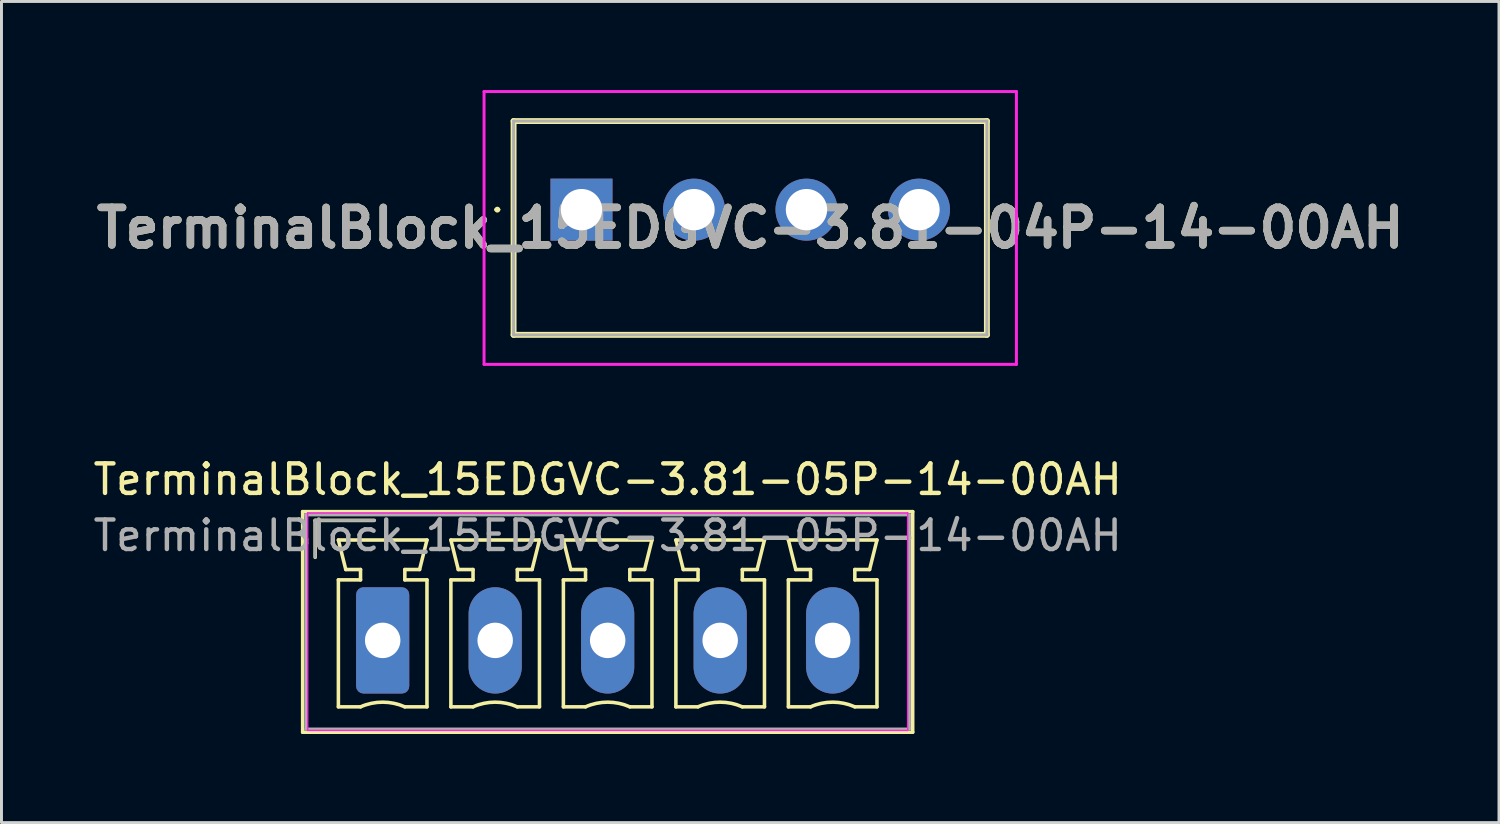
<source format=kicad_pcb>
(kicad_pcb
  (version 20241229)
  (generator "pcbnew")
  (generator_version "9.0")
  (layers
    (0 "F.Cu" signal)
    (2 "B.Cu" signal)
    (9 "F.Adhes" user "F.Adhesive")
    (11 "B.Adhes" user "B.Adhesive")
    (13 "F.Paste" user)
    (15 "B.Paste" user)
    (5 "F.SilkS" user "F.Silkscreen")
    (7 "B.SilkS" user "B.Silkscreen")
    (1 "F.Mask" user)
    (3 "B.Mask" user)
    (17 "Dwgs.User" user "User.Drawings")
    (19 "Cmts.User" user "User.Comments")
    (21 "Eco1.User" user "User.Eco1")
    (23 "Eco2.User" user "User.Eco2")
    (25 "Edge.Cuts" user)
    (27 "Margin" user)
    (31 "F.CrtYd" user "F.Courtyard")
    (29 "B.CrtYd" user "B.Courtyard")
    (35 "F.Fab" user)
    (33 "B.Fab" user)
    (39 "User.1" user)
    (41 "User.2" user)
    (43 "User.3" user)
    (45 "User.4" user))
  (footprint "TerminalBlock_15EDGVC-3.81-04P-14-00AH"
    (layer "F.Cu")
    (at 16.643 4.05)
    (property "Reference" "TerminalBlock_15EDGVC-3.81-04P-14-00AH" (at 5.715 0.62 0) (layer "F.SilkS") (effects (font (size 1.27 1.27) (thickness 0.254))))
    (attr through_hole)
    (fp_line (start -2.9 0) (end -2.9 0) (stroke (width 0.1) (type solid)) (layer "F.SilkS"))
    (fp_line (start -2.8 0) (end -2.8 0) (stroke (width 0.1) (type solid)) (layer "F.SilkS"))
    (fp_line (start -2.3 -3) (end 13.73 -3) (stroke (width 0.2) (type solid)) (layer "F.SilkS"))
    (fp_line (start -2.3 4.24) (end -2.3 -3) (stroke (width 0.2) (type solid)) (layer "F.SilkS"))
    (fp_line (start 13.73 -3) (end 13.73 4.24) (stroke (width 0.2) (type solid)) (layer "F.SilkS"))
    (fp_line (start 13.73 4.24) (end -2.3 4.24) (stroke (width 0.2) (type solid)) (layer "F.SilkS"))
    (fp_arc (start -2.9 0) (mid -2.85 -0.05) (end -2.8 0) (stroke (width 0.1) (type solid)) (layer "F.SilkS"))
    (fp_arc (start -2.8 0) (mid -2.85 0.05) (end -2.9 0) (stroke (width 0.1) (type solid)) (layer "F.SilkS"))
    (fp_line (start -3.3 -4) (end 14.73 -4) (stroke (width 0.1) (type solid)) (layer "F.CrtYd"))
    (fp_line (start -3.3 5.24) (end -3.3 -4) (stroke (width 0.1) (type solid)) (layer "F.CrtYd"))
    (fp_line (start 14.73 -4) (end 14.73 5.24) (stroke (width 0.1) (type solid)) (layer "F.CrtYd"))
    (fp_line (start 14.73 5.24) (end -3.3 5.24) (stroke (width 0.1) (type solid)) (layer "F.CrtYd"))
    (fp_line (start -2.3 -3) (end 13.73 -3) (stroke (width 0.1) (type solid)) (layer "F.Fab"))
    (fp_line (start -2.3 4.24) (end -2.3 -3) (stroke (width 0.1) (type solid)) (layer "F.Fab"))
    (fp_line (start 13.73 -3) (end 13.73 4.24) (stroke (width 0.1) (type solid)) (layer "F.Fab"))
    (fp_line (start 13.73 4.24) (end -2.3 4.24) (stroke (width 0.1) (type solid)) (layer "F.Fab"))
    (fp_text user "${REFERENCE}" (at 5.715 0.62 0) (layer "F.Fab") (effects (font (size 1.27 1.27) (thickness 0.254))))
    (pad "1" thru_hole rect (at 0 0) (size 2.1 2.1) (drill 1.4) (layers "*.Cu" "*.Mask"))
    (pad "2" thru_hole circle (at 3.81 0) (size 2.1 2.1) (drill 1.4) (layers "*.Cu" "*.Mask"))
    (pad "3" thru_hole circle (at 7.62 0) (size 2.1 2.1) (drill 1.4) (layers "*.Cu" "*.Mask"))
    (pad "4" thru_hole circle (at 11.43 0) (size 2.1 2.1) (drill 1.4) (layers "*.Cu" "*.Mask")))
  (footprint "TerminalBlock_15EDGVC-3.81-05P-14-00AH"
    (layer "F.Cu")
    (at 9.91 18.638)
    (property "Reference" "TerminalBlock_15EDGVC-3.81-05P-14-00AH" (at 7.62 -5.45 0) (layer "F.SilkS") (effects (font (size 1 1) (thickness 0.15))))
    (attr through_hole)
    (fp_line (start -2.71 -4.36) (end -2.71 3.11) (stroke (width 0.12) (type solid)) (layer "F.SilkS"))
    (fp_line (start -2.71 3.11) (end 17.95 3.11) (stroke (width 0.12) (type solid)) (layer "F.SilkS"))
    (fp_line (start -2.286 -4.064) (end -0.286 -4.064) (stroke (width 0.12) (type solid)) (layer "F.SilkS"))
    (fp_line (start -2.286 -2.814) (end -2.286 -4.064) (stroke (width 0.12) (type solid)) (layer "F.SilkS"))
    (fp_line (start -1.5 -3.4) (end 1.5 -3.4) (stroke (width 0.12) (type solid)) (layer "F.SilkS"))
    (fp_line (start -1.5 -2.05) (end -0.75 -2.05) (stroke (width 0.12) (type solid)) (layer "F.SilkS"))
    (fp_line (start -1.5 2.25) (end -1.5 -2.05) (stroke (width 0.12) (type solid)) (layer "F.SilkS"))
    (fp_line (start -1.25 -2.4) (end -1.5 -3.4) (stroke (width 0.12) (type solid)) (layer "F.SilkS"))
    (fp_line (start -0.75 -2.4) (end -1.25 -2.4) (stroke (width 0.12) (type solid)) (layer "F.SilkS"))
    (fp_line (start -0.75 -2.05) (end -0.75 -2.4) (stroke (width 0.12) (type solid)) (layer "F.SilkS"))
    (fp_line (start -0.75 2.25) (end -1.5 2.25) (stroke (width 0.12) (type solid)) (layer "F.SilkS"))
    (fp_line (start 0.75 -2.4) (end 0.75 -2.05) (stroke (width 0.12) (type solid)) (layer "F.SilkS"))
    (fp_line (start 0.75 -2.05) (end 1.5 -2.05) (stroke (width 0.12) (type solid)) (layer "F.SilkS"))
    (fp_line (start 1.25 -2.4) (end 0.75 -2.4) (stroke (width 0.12) (type solid)) (layer "F.SilkS"))
    (fp_line (start 1.5 -3.4) (end 1.25 -2.4) (stroke (width 0.12) (type solid)) (layer "F.SilkS"))
    (fp_line (start 1.5 -2.05) (end 1.5 2.25) (stroke (width 0.12) (type solid)) (layer "F.SilkS"))
    (fp_line (start 1.5 2.25) (end 0.75 2.25) (stroke (width 0.12) (type solid)) (layer "F.SilkS"))
    (fp_line (start 2.31 -3.4) (end 5.31 -3.4) (stroke (width 0.12) (type solid)) (layer "F.SilkS"))
    (fp_line (start 2.31 -2.05) (end 3.06 -2.05) (stroke (width 0.12) (type solid)) (layer "F.SilkS"))
    (fp_line (start 2.31 2.25) (end 2.31 -2.05) (stroke (width 0.12) (type solid)) (layer "F.SilkS"))
    (fp_line (start 2.56 -2.4) (end 2.31 -3.4) (stroke (width 0.12) (type solid)) (layer "F.SilkS"))
    (fp_line (start 3.06 -2.4) (end 2.56 -2.4) (stroke (width 0.12) (type solid)) (layer "F.SilkS"))
    (fp_line (start 3.06 -2.05) (end 3.06 -2.4) (stroke (width 0.12) (type solid)) (layer "F.SilkS"))
    (fp_line (start 3.06 2.25) (end 2.31 2.25) (stroke (width 0.12) (type solid)) (layer "F.SilkS"))
    (fp_line (start 4.56 -2.4) (end 4.56 -2.05) (stroke (width 0.12) (type solid)) (layer "F.SilkS"))
    (fp_line (start 4.56 -2.05) (end 5.31 -2.05) (stroke (width 0.12) (type solid)) (layer "F.SilkS"))
    (fp_line (start 5.06 -2.4) (end 4.56 -2.4) (stroke (width 0.12) (type solid)) (layer "F.SilkS"))
    (fp_line (start 5.31 -3.4) (end 5.06 -2.4) (stroke (width 0.12) (type solid)) (layer "F.SilkS"))
    (fp_line (start 5.31 -2.05) (end 5.31 2.25) (stroke (width 0.12) (type solid)) (layer "F.SilkS"))
    (fp_line (start 5.31 2.25) (end 4.56 2.25) (stroke (width 0.12) (type solid)) (layer "F.SilkS"))
    (fp_line (start 6.12 -3.4) (end 9.12 -3.4) (stroke (width 0.12) (type solid)) (layer "F.SilkS"))
    (fp_line (start 6.12 -2.05) (end 6.87 -2.05) (stroke (width 0.12) (type solid)) (layer "F.SilkS"))
    (fp_line (start 6.12 2.25) (end 6.12 -2.05) (stroke (width 0.12) (type solid)) (layer "F.SilkS"))
    (fp_line (start 6.37 -2.4) (end 6.12 -3.4) (stroke (width 0.12) (type solid)) (layer "F.SilkS"))
    (fp_line (start 6.87 -2.4) (end 6.37 -2.4) (stroke (width 0.12) (type solid)) (layer "F.SilkS"))
    (fp_line (start 6.87 -2.05) (end 6.87 -2.4) (stroke (width 0.12) (type solid)) (layer "F.SilkS"))
    (fp_line (start 6.87 2.25) (end 6.12 2.25) (stroke (width 0.12) (type solid)) (layer "F.SilkS"))
    (fp_line (start 8.37 -2.4) (end 8.37 -2.05) (stroke (width 0.12) (type solid)) (layer "F.SilkS"))
    (fp_line (start 8.37 -2.05) (end 9.12 -2.05) (stroke (width 0.12) (type solid)) (layer "F.SilkS"))
    (fp_line (start 8.87 -2.4) (end 8.37 -2.4) (stroke (width 0.12) (type solid)) (layer "F.SilkS"))
    (fp_line (start 9.12 -3.4) (end 8.87 -2.4) (stroke (width 0.12) (type solid)) (layer "F.SilkS"))
    (fp_line (start 9.12 -2.05) (end 9.12 2.25) (stroke (width 0.12) (type solid)) (layer "F.SilkS"))
    (fp_line (start 9.12 2.25) (end 8.37 2.25) (stroke (width 0.12) (type solid)) (layer "F.SilkS"))
    (fp_line (start 9.93 -3.4) (end 12.93 -3.4) (stroke (width 0.12) (type solid)) (layer "F.SilkS"))
    (fp_line (start 9.93 -2.05) (end 10.68 -2.05) (stroke (width 0.12) (type solid)) (layer "F.SilkS"))
    (fp_line (start 9.93 2.25) (end 9.93 -2.05) (stroke (width 0.12) (type solid)) (layer "F.SilkS"))
    (fp_line (start 10.18 -2.4) (end 9.93 -3.4) (stroke (width 0.12) (type solid)) (layer "F.SilkS"))
    (fp_line (start 10.68 -2.4) (end 10.18 -2.4) (stroke (width 0.12) (type solid)) (layer "F.SilkS"))
    (fp_line (start 10.68 -2.05) (end 10.68 -2.4) (stroke (width 0.12) (type solid)) (layer "F.SilkS"))
    (fp_line (start 10.68 2.25) (end 9.93 2.25) (stroke (width 0.12) (type solid)) (layer "F.SilkS"))
    (fp_line (start 12.18 -2.4) (end 12.18 -2.05) (stroke (width 0.12) (type solid)) (layer "F.SilkS"))
    (fp_line (start 12.18 -2.05) (end 12.93 -2.05) (stroke (width 0.12) (type solid)) (layer "F.SilkS"))
    (fp_line (start 12.68 -2.4) (end 12.18 -2.4) (stroke (width 0.12) (type solid)) (layer "F.SilkS"))
    (fp_line (start 12.93 -3.4) (end 12.68 -2.4) (stroke (width 0.12) (type solid)) (layer "F.SilkS"))
    (fp_line (start 12.93 -2.05) (end 12.93 2.25) (stroke (width 0.12) (type solid)) (layer "F.SilkS"))
    (fp_line (start 12.93 2.25) (end 12.18 2.25) (stroke (width 0.12) (type solid)) (layer "F.SilkS"))
    (fp_line (start 13.74 -3.4) (end 16.74 -3.4) (stroke (width 0.12) (type solid)) (layer "F.SilkS"))
    (fp_line (start 13.74 -2.05) (end 14.49 -2.05) (stroke (width 0.12) (type solid)) (layer "F.SilkS"))
    (fp_line (start 13.74 2.25) (end 13.74 -2.05) (stroke (width 0.12) (type solid)) (layer "F.SilkS"))
    (fp_line (start 13.99 -2.4) (end 13.74 -3.4) (stroke (width 0.12) (type solid)) (layer "F.SilkS"))
    (fp_line (start 14.49 -2.4) (end 13.99 -2.4) (stroke (width 0.12) (type solid)) (layer "F.SilkS"))
    (fp_line (start 14.49 -2.05) (end 14.49 -2.4) (stroke (width 0.12) (type solid)) (layer "F.SilkS"))
    (fp_line (start 14.49 2.25) (end 13.74 2.25) (stroke (width 0.12) (type solid)) (layer "F.SilkS"))
    (fp_line (start 15.99 -2.4) (end 15.99 -2.05) (stroke (width 0.12) (type solid)) (layer "F.SilkS"))
    (fp_line (start 15.99 -2.05) (end 16.74 -2.05) (stroke (width 0.12) (type solid)) (layer "F.SilkS"))
    (fp_line (start 16.49 -2.4) (end 15.99 -2.4) (stroke (width 0.12) (type solid)) (layer "F.SilkS"))
    (fp_line (start 16.74 -3.4) (end 16.49 -2.4) (stroke (width 0.12) (type solid)) (layer "F.SilkS"))
    (fp_line (start 16.74 -2.05) (end 16.74 2.25) (stroke (width 0.12) (type solid)) (layer "F.SilkS"))
    (fp_line (start 16.74 2.25) (end 15.99 2.25) (stroke (width 0.12) (type solid)) (layer "F.SilkS"))
    (fp_line (start 17.95 -4.36) (end -2.71 -4.36) (stroke (width 0.12) (type solid)) (layer "F.SilkS"))
    (fp_line (start 17.95 3.11) (end 17.95 -4.36) (stroke (width 0.12) (type solid)) (layer "F.SilkS"))
    (fp_arc (start -0.75 2.25) (mid -0.000193 2.09191) (end 0.749647 2.249844) (stroke (width 0.12) (type solid)) (layer "F.SilkS"))
    (fp_arc (start 3.06 2.25) (mid 3.809807 2.09191) (end 4.559647 2.249844) (stroke (width 0.12) (type solid)) (layer "F.SilkS"))
    (fp_arc (start 6.87 2.25) (mid 7.619807 2.09191) (end 8.369647 2.249844) (stroke (width 0.12) (type solid)) (layer "F.SilkS"))
    (fp_arc (start 10.68 2.25) (mid 11.429807 2.09191) (end 12.179647 2.249844) (stroke (width 0.12) (type solid)) (layer "F.SilkS"))
    (fp_arc (start 14.49 2.25) (mid 15.239807 2.09191) (end 15.989647 2.249844) (stroke (width 0.12) (type solid)) (layer "F.SilkS"))
    (fp_line (start -2.54 -4.318) (end -2.54 3.048) (stroke (width 0.05) (type solid)) (layer "F.CrtYd"))
    (fp_line (start -2.54 3.048) (end 17.78 3.048) (stroke (width 0.05) (type solid)) (layer "F.CrtYd"))
    (fp_line (start 17.78 -4.318) (end -2.54 -4.318) (stroke (width 0.05) (type solid)) (layer "F.CrtYd"))
    (fp_line (start 17.78 3.048) (end 17.78 -4.318) (stroke (width 0.05) (type solid)) (layer "F.CrtYd"))
    (fp_line (start -2.6 -4.25) (end -2.6 3) (stroke (width 0.1) (type solid)) (layer "F.Fab"))
    (fp_line (start -2.6 3) (end 17.84 3) (stroke (width 0.1) (type solid)) (layer "F.Fab"))
    (fp_line (start -2.286 -4.064) (end -0.286 -4.064) (stroke (width 0.1) (type solid)) (layer "F.Fab"))
    (fp_line (start -2.286 -2.814) (end -2.286 -4.064) (stroke (width 0.1) (type solid)) (layer "F.Fab"))
    (fp_line (start 17.84 -4.25) (end -2.6 -4.25) (stroke (width 0.1) (type solid)) (layer "F.Fab"))
    (fp_line (start 17.84 3) (end 17.84 -4.25) (stroke (width 0.1) (type solid)) (layer "F.Fab"))
    (fp_text user "${REFERENCE}" (at 7.62 -3.55 0) (layer "F.Fab") (effects (font (size 1 1) (thickness 0.15))))
    (pad "1" thru_hole roundrect (at 0 0) (size 1.8 3.6) (drill 1.2) (layers "*.Cu" "*.Mask") (roundrect_rratio 0.139))
    (pad "2" thru_hole oval (at 3.81 0) (size 1.8 3.6) (drill 1.2) (layers "*.Cu" "*.Mask"))
    (pad "3" thru_hole oval (at 7.62 0) (size 1.8 3.6) (drill 1.2) (layers "*.Cu" "*.Mask"))
    (pad "4" thru_hole oval (at 11.43 0) (size 1.8 3.6) (drill 1.2) (layers "*.Cu" "*.Mask"))
    (pad "5" thru_hole oval (at 15.24 0) (size 1.8 3.6) (drill 1.2) (layers "*.Cu" "*.Mask")))
  (gr_rect
    (start -3 -3)
    (end 47.716 24.808)
    (stroke (width 0.1) (type default))
    (fill no)
    (layer "Edge.Cuts")))
</source>
